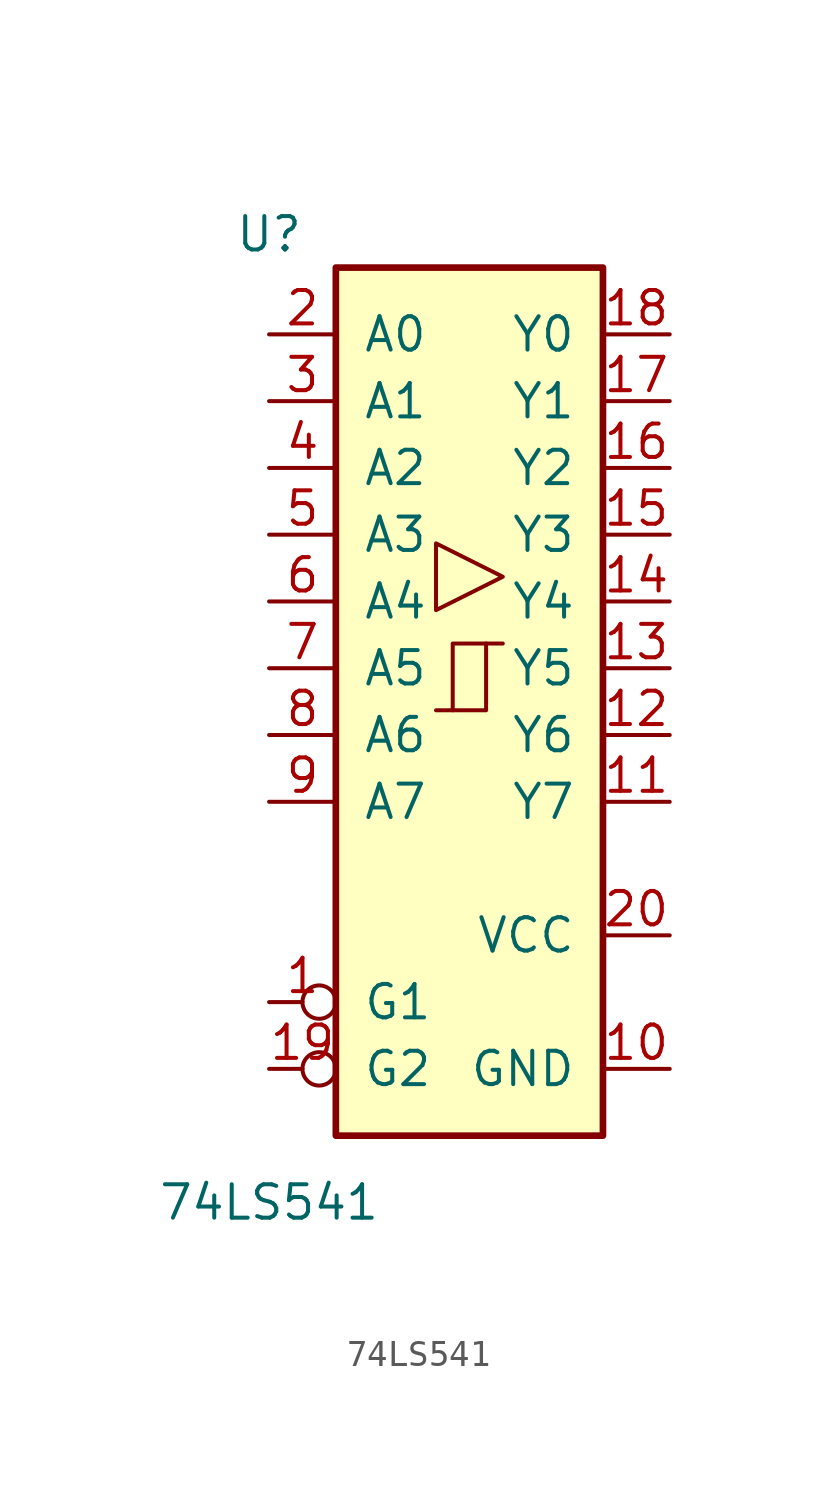
<source format=kicad_sym>
(kicad_symbol_lib
  (version 20220914)
  (generator kicad_symbol_editor)
  (symbol "74LS541"
    (pin_names
      (offset 1.016))
    (property "Reference" "U"
      (at -7.62 16.51 0)
      (effects (font (size 1.27 1.27))))
    (property "Value" "74LS541"
      (at -7.62 -20.32 0)
      (effects (font (size 1.27 1.27))))
    (symbol "74LS541_1_0"
      (polyline (pts (xy -0.635 -1.6) (xy -0.635 0.94) (xy 0.635 0.94)) (stroke (width 0) (type default)) (fill (type none)))
      (polyline (pts (xy -1.27 -1.6) (xy 0.635 -1.6) (xy 0.635 0.94) (xy 1.27 0.94)) (stroke (width 0) (type default)) (fill (type none)))
      (polyline (pts (xy 1.27 3.48) (xy -1.27 4.75) (xy -1.27 2.21) (xy 1.27 3.48)) (stroke (width 0.152) (type default)) (fill (type none)))
      (pin input inverted (at -7.62 -12.7 0) (length 2.54) (name "G1" (effects (font (size 1.27 1.27)))) (number "1" (effects (font (size 1.27 1.27)))))
      (pin power_in line (at 7.62 -15.24 180) (length 2.54) (name "GND" (effects (font (size 1.27 1.27)))) (number "10" (effects (font (size 1.27 1.27)))))
      (pin tri_state line (at 7.62 -5.08 180) (length 2.54) (name "Y7" (effects (font (size 1.27 1.27)))) (number "11" (effects (font (size 1.27 1.27)))))
      (pin tri_state line (at 7.62 -2.54 180) (length 2.54) (name "Y6" (effects (font (size 1.27 1.27)))) (number "12" (effects (font (size 1.27 1.27)))))
      (pin tri_state line (at 7.62 0 180) (length 2.54) (name "Y5" (effects (font (size 1.27 1.27)))) (number "13" (effects (font (size 1.27 1.27)))))
      (pin tri_state line (at 7.62 2.54 180) (length 2.54) (name "Y4" (effects (font (size 1.27 1.27)))) (number "14" (effects (font (size 1.27 1.27)))))
      (pin tri_state line (at 7.62 5.08 180) (length 2.54) (name "Y3" (effects (font (size 1.27 1.27)))) (number "15" (effects (font (size 1.27 1.27)))))
      (pin tri_state line (at 7.62 7.62 180) (length 2.54) (name "Y2" (effects (font (size 1.27 1.27)))) (number "16" (effects (font (size 1.27 1.27)))))
      (pin tri_state line (at 7.62 10.16 180) (length 2.54) (name "Y1" (effects (font (size 1.27 1.27)))) (number "17" (effects (font (size 1.27 1.27)))))
      (pin tri_state line (at 7.62 12.7 180) (length 2.54) (name "Y0" (effects (font (size 1.27 1.27)))) (number "18" (effects (font (size 1.27 1.27)))))
      (pin input inverted (at -7.62 -15.24 0) (length 2.54) (name "G2" (effects (font (size 1.27 1.27)))) (number "19" (effects (font (size 1.27 1.27)))))
      (pin input line (at -7.62 12.7 0) (length 2.54) (name "A0" (effects (font (size 1.27 1.27)))) (number "2" (effects (font (size 1.27 1.27)))))
      (pin power_in line (at 7.62 -10.16 180) (length 2.54) (name "VCC" (effects (font (size 1.27 1.27)))) (number "20" (effects (font (size 1.27 1.27)))))
      (pin input line (at -7.62 10.16 0) (length 2.54) (name "A1" (effects (font (size 1.27 1.27)))) (number "3" (effects (font (size 1.27 1.27)))))
      (pin input line (at -7.62 7.62 0) (length 2.54) (name "A2" (effects (font (size 1.27 1.27)))) (number "4" (effects (font (size 1.27 1.27)))))
      (pin input line (at -7.62 5.08 0) (length 2.54) (name "A3" (effects (font (size 1.27 1.27)))) (number "5" (effects (font (size 1.27 1.27)))))
      (pin input line (at -7.62 2.54 0) (length 2.54) (name "A4" (effects (font (size 1.27 1.27)))) (number "6" (effects (font (size 1.27 1.27)))))
      (pin input line (at -7.62 0 0) (length 2.54) (name "A5" (effects (font (size 1.27 1.27)))) (number "7" (effects (font (size 1.27 1.27)))))
      (pin input line (at -7.62 -2.54 0) (length 2.54) (name "A6" (effects (font (size 1.27 1.27)))) (number "8" (effects (font (size 1.27 1.27)))))
      (pin input line (at -7.62 -5.08 0) (length 2.54) (name "A7" (effects (font (size 1.27 1.27)))) (number "9" (effects (font (size 1.27 1.27))))))
    (symbol "74LS541_1_1"
      (rectangle (start -5.08 15.24) (end 5.08 -17.78) (stroke (width 0.254) (type default)) (fill (type background))))))
</source>
